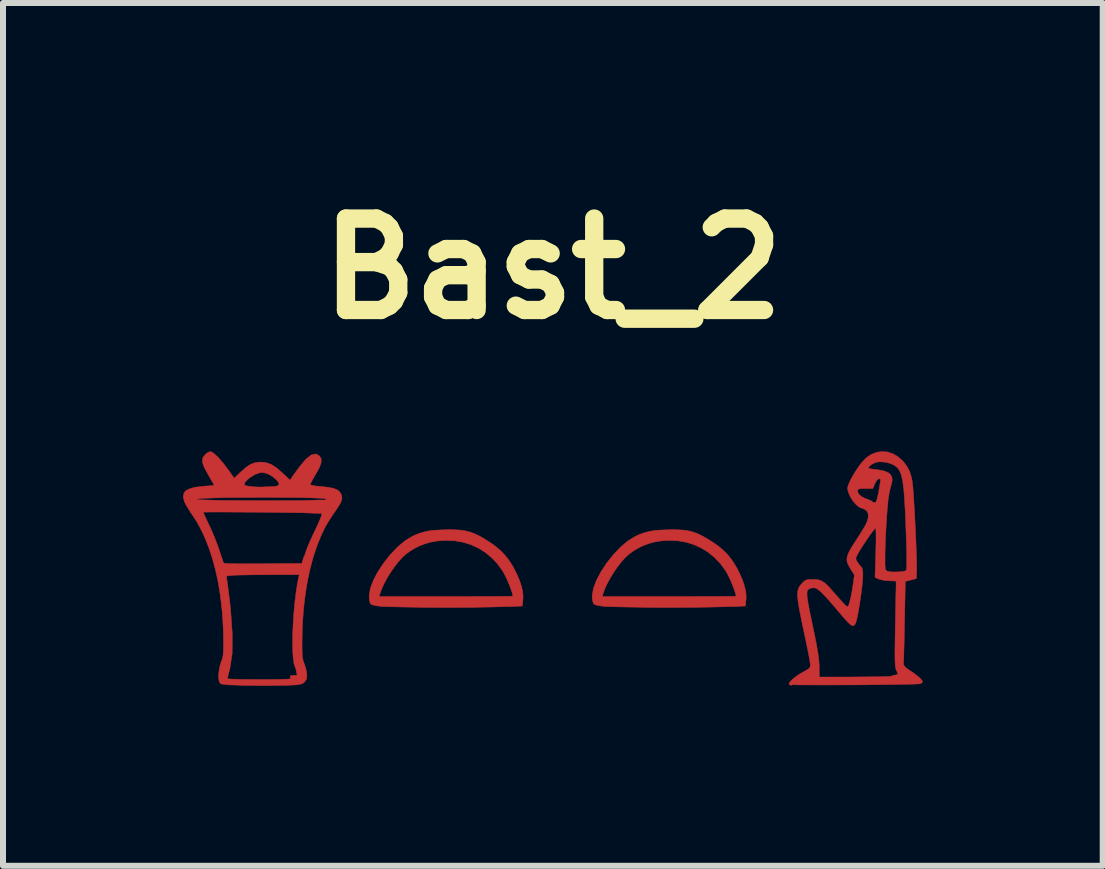
<source format=kicad_pcb>
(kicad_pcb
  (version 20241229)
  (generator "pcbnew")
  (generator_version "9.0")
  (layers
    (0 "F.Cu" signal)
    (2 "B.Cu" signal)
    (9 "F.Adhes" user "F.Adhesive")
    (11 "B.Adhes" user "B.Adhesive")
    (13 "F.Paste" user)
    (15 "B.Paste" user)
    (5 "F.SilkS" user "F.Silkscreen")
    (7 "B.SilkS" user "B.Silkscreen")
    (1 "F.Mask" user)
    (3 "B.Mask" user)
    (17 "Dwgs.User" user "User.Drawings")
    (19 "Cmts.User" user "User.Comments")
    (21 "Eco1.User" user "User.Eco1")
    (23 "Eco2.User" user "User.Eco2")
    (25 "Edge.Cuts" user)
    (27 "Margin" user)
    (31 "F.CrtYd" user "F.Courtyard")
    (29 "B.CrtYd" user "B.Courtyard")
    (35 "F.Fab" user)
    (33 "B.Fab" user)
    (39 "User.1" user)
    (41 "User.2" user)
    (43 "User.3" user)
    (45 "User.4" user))
  (footprint "Bast_2"
    (layer "F.Cu")
    (at 6.163 6.425)
    (property "Reference" "Bast_2" (at 0 -4.998 0) (layer "F.SilkS") (effects (font (size 1.524 1.524) (thickness 0.305))))
    (attr smd)
    (fp_poly (pts (xy -2.83 0.631) (xy -2.896 0.469) (xy -2.757 0.469) (xy -2.617 0.469) (xy -2.478 0.469) (xy -2.338 0.469) (xy -2.199 0.469) (xy -2.059 0.469) (xy -1.92 0.469) (xy -1.78 0.469) (xy -1.556 0.469) (xy -1.347 0.468) (xy -1.158 0.466) (xy -0.992 0.466) (xy -0.856 0.465) (xy -0.753 0.464) (xy -0.687 0.463) (xy -0.665 0.461) (xy -0.665 0.461) (xy -0.665 0.462) (xy -0.669 0.43) (xy -0.683 0.384) (xy -0.703 0.326) (xy -0.727 0.263) (xy -0.755 0.197) (xy -0.785 0.134) (xy -0.814 0.077) (xy -0.841 0.032) (xy -0.925 -0.083) (xy -1.02 -0.183) (xy -1.125 -0.27) (xy -1.239 -0.341) (xy -1.36 -0.397) (xy -1.489 -0.438) (xy -1.625 -0.462) (xy -1.766 -0.47) (xy -1.863 -0.466) (xy -1.956 -0.456) (xy -2.046 -0.438) (xy -2.132 -0.413) (xy -2.216 -0.381) (xy -2.296 -0.342) (xy -2.373 -0.296) (xy -2.448 -0.242) (xy -2.509 -0.187) (xy -2.573 -0.116) (xy -2.637 -0.034) (xy -2.7 0.057) (xy -2.759 0.151) (xy -2.81 0.246) (xy -2.852 0.337) (xy -2.882 0.421) (xy -2.883 0.427) (xy -2.885 0.433) (xy -2.887 0.439) (xy -2.889 0.445) (xy -2.891 0.451) (xy -2.893 0.457) (xy -2.895 0.463) (xy -2.896 0.469) (xy -2.83 0.631) (xy -2.866 0.629) (xy -2.9 0.625) (xy -2.932 0.62) (xy -2.961 0.615) (xy -2.987 0.609) (xy -3.008 0.603) (xy -3.024 0.597) (xy -3.033 0.591) (xy -3.039 0.583) (xy -3.044 0.57) (xy -3.049 0.555) (xy -3.053 0.538) (xy -3.057 0.518) (xy -3.059 0.496) (xy -3.06 0.474) (xy -3.06 0.45) (xy -3.041 0.333) (xy -2.991 0.198) (xy -2.915 0.054) (xy -2.818 -0.092) (xy -2.708 -0.231) (xy -2.588 -0.357) (xy -2.466 -0.46) (xy -2.345 -0.535) (xy -2.28 -0.565) (xy -2.215 -0.589) (xy -2.149 -0.608) (xy -2.079 -0.624) (xy -2.004 -0.635) (xy -1.92 -0.641) (xy -1.826 -0.645) (xy -1.719 -0.647) (xy -1.619 -0.645) (xy -1.531 -0.639) (xy -1.45 -0.626) (xy -1.375 -0.606) (xy -1.3 -0.578) (xy -1.223 -0.541) (xy -1.14 -0.493) (xy -1.048 -0.435) (xy -0.976 -0.385) (xy -0.911 -0.333) (xy -0.853 -0.28) (xy -0.799 -0.223) (xy -0.75 -0.162) (xy -0.704 -0.095) (xy -0.66 -0.023) (xy -0.618 0.058) (xy -0.585 0.13) (xy -0.556 0.198) (xy -0.534 0.263) (xy -0.516 0.324) (xy -0.505 0.382) (xy -0.498 0.438) (xy -0.497 0.49) (xy -0.501 0.54) (xy -0.502 0.551) (xy -0.504 0.561) (xy -0.505 0.572) (xy -0.506 0.583) (xy -0.508 0.593) (xy -0.509 0.604) (xy -0.511 0.614) (xy -0.512 0.625) (xy -0.556 0.626) (xy -0.6 0.627) (xy -0.644 0.629) (xy -0.688 0.631) (xy -0.732 0.632) (xy -0.776 0.633) (xy -0.82 0.635) (xy -0.864 0.636) (xy -1.057 0.641) (xy -1.31 0.645) (xy -1.601 0.647) (xy -1.907 0.647) (xy -2.206 0.645) (xy -2.475 0.641) (xy -2.691 0.636) (xy -2.83 0.63) (xy -2.83 0.63) (xy -2.83 0.63) (xy -2.83 0.631)) (stroke (width 0.009) (type solid)) (fill yes) (layer "F.Cu"))
    (fp_poly (pts (xy 0.888 0.631) (xy 0.822 0.469) (xy 0.961 0.469) (xy 1.101 0.469) (xy 1.24 0.469) (xy 1.38 0.469) (xy 1.519 0.469) (xy 1.658 0.469) (xy 1.798 0.469) (xy 1.937 0.469) (xy 2.162 0.469) (xy 2.371 0.468) (xy 2.56 0.466) (xy 2.726 0.466) (xy 2.862 0.465) (xy 2.965 0.464) (xy 3.031 0.463) (xy 3.053 0.461) (xy 3.053 0.461) (xy 3.053 0.462) (xy 3.049 0.43) (xy 3.035 0.384) (xy 3.015 0.326) (xy 2.991 0.263) (xy 2.963 0.197) (xy 2.933 0.134) (xy 2.904 0.077) (xy 2.877 0.032) (xy 2.793 -0.083) (xy 2.698 -0.183) (xy 2.593 -0.27) (xy 2.479 -0.341) (xy 2.358 -0.397) (xy 2.229 -0.438) (xy 2.093 -0.462) (xy 1.952 -0.47) (xy 1.855 -0.466) (xy 1.762 -0.456) (xy 1.672 -0.438) (xy 1.586 -0.413) (xy 1.502 -0.381) (xy 1.422 -0.342) (xy 1.345 -0.296) (xy 1.27 -0.242) (xy 1.209 -0.187) (xy 1.145 -0.116) (xy 1.081 -0.034) (xy 1.018 0.057) (xy 0.959 0.151) (xy 0.908 0.246) (xy 0.866 0.337) (xy 0.836 0.421) (xy 0.835 0.427) (xy 0.833 0.433) (xy 0.831 0.439) (xy 0.829 0.445) (xy 0.827 0.451) (xy 0.825 0.457) (xy 0.823 0.463) (xy 0.822 0.469) (xy 0.888 0.631) (xy 0.852 0.629) (xy 0.818 0.625) (xy 0.786 0.62) (xy 0.756 0.615) (xy 0.731 0.609) (xy 0.71 0.603) (xy 0.694 0.597) (xy 0.685 0.591) (xy 0.679 0.583) (xy 0.674 0.57) (xy 0.669 0.555) (xy 0.665 0.538) (xy 0.661 0.518) (xy 0.659 0.496) (xy 0.658 0.474) (xy 0.657 0.45) (xy 0.677 0.333) (xy 0.727 0.198) (xy 0.803 0.054) (xy 0.899 -0.092) (xy 1.01 -0.231) (xy 1.13 -0.357) (xy 1.252 -0.46) (xy 1.373 -0.535) (xy 1.438 -0.565) (xy 1.503 -0.589) (xy 1.569 -0.608) (xy 1.638 -0.624) (xy 1.714 -0.635) (xy 1.798 -0.641) (xy 1.892 -0.645) (xy 1.999 -0.647) (xy 2.099 -0.645) (xy 2.187 -0.639) (xy 2.268 -0.626) (xy 2.343 -0.606) (xy 2.418 -0.578) (xy 2.495 -0.541) (xy 2.578 -0.493) (xy 2.67 -0.435) (xy 2.742 -0.385) (xy 2.807 -0.333) (xy 2.865 -0.28) (xy 2.919 -0.223) (xy 2.968 -0.162) (xy 3.014 -0.095) (xy 3.058 -0.023) (xy 3.1 0.058) (xy 3.133 0.13) (xy 3.162 0.198) (xy 3.184 0.263) (xy 3.201 0.324) (xy 3.213 0.382) (xy 3.22 0.438) (xy 3.221 0.49) (xy 3.217 0.54) (xy 3.216 0.551) (xy 3.214 0.561) (xy 3.213 0.572) (xy 3.212 0.583) (xy 3.21 0.593) (xy 3.209 0.604) (xy 3.207 0.614) (xy 3.206 0.625) (xy 3.162 0.626) (xy 3.118 0.627) (xy 3.074 0.629) (xy 3.03 0.631) (xy 2.986 0.632) (xy 2.942 0.633) (xy 2.898 0.635) (xy 2.854 0.636) (xy 2.661 0.641) (xy 2.408 0.645) (xy 2.117 0.647) (xy 1.81 0.647) (xy 1.512 0.645) (xy 1.243 0.641) (xy 1.027 0.636) (xy 0.888 0.63) (xy 0.888 0.63) (xy 0.888 0.63) (xy 0.888 0.631)) (stroke (width 0.009) (type solid)) (fill yes) (layer "F.Cu"))
    (fp_poly (pts (xy 3.986 1.947) (xy 3.975 1.945) (xy 4.434 1.535) (xy 4.438 1.588) (xy 4.44 1.637) (xy 4.44 1.659) (xy 4.44 1.68) (xy 4.44 1.701) (xy 4.441 1.722) (xy 4.441 1.744) (xy 4.441 1.765) (xy 4.442 1.786) (xy 4.442 1.807) (xy 4.512 1.807) (xy 4.582 1.807) (xy 4.652 1.807) (xy 4.722 1.807) (xy 4.792 1.807) (xy 4.862 1.807) (xy 4.932 1.807) (xy 5.002 1.807) (xy 5.117 1.806) (xy 5.227 1.805) (xy 5.33 1.804) (xy 5.424 1.803) (xy 5.506 1.801) (xy 5.572 1.799) (xy 5.621 1.797) (xy 5.65 1.794) (xy 5.65 1.794) (xy 5.65 1.785) (xy 5.668 1.782) (xy 5.685 1.779) (xy 5.7 1.776) (xy 5.714 1.773) (xy 5.727 1.77) (xy 5.736 1.767) (xy 5.743 1.765) (xy 5.747 1.763) (xy 5.748 1.76) (xy 5.748 1.755) (xy 5.746 1.748) (xy 5.744 1.74) (xy 5.741 1.729) (xy 5.736 1.718) (xy 5.731 1.706) (xy 5.725 1.694) (xy 5.716 1.671) (xy 5.709 1.64) (xy 5.705 1.594) (xy 5.702 1.528) (xy 5.701 1.433) (xy 5.702 1.305) (xy 5.704 1.136) (xy 5.708 0.921) (xy 5.71 0.832) (xy 5.711 0.743) (xy 5.713 0.654) (xy 5.715 0.565) (xy 5.716 0.477) (xy 5.718 0.388) (xy 5.72 0.299) (xy 5.721 0.21) (xy 5.706 0.209) (xy 5.69 0.208) (xy 5.675 0.207) (xy 5.659 0.207) (xy 5.643 0.206) (xy 5.628 0.205) (xy 5.612 0.204) (xy 5.596 0.204) (xy 5.57 0.202) (xy 5.544 0.199) (xy 5.518 0.196) (xy 5.493 0.191) (xy 5.47 0.186) (xy 5.45 0.181) (xy 5.433 0.176) (xy 5.42 0.171) (xy 5.414 0.168) (xy 5.407 0.165) (xy 5.401 0.162) (xy 5.394 0.159) (xy 5.388 0.156) (xy 5.382 0.153) (xy 5.375 0.15) (xy 5.369 0.147) (xy 5.37 0.095) (xy 5.372 0.044) (xy 5.374 -0.007) (xy 5.375 -0.059) (xy 5.377 -0.11) (xy 5.378 -0.161) (xy 5.38 -0.213) (xy 5.382 -0.264) (xy 5.384 -0.354) (xy 5.386 -0.434) (xy 5.386 -0.505) (xy 5.386 -0.564) (xy 5.385 -0.611) (xy 5.383 -0.646) (xy 5.381 -0.667) (xy 5.377 -0.674) (xy 5.361 -0.659) (xy 5.328 -0.617) (xy 5.284 -0.557) (xy 5.234 -0.484) (xy 5.183 -0.408) (xy 5.135 -0.334) (xy 5.096 -0.269) (xy 5.069 -0.222) (xy 5.061 -0.205) (xy 5.055 -0.19) (xy 5.052 -0.178) (xy 5.051 -0.166) (xy 5.053 -0.154) (xy 5.057 -0.142) (xy 5.064 -0.128) (xy 5.074 -0.111) (xy 5.081 -0.1) (xy 5.089 -0.088) (xy 5.098 -0.076) (xy 5.106 -0.066) (xy 5.115 -0.055) (xy 5.123 -0.046) (xy 5.131 -0.038) (xy 5.137 -0.032) (xy 5.151 -0.014) (xy 5.16 0.016) (xy 5.166 0.058) (xy 5.167 0.113) (xy 5.164 0.18) (xy 5.157 0.261) (xy 5.146 0.357) (xy 5.131 0.466) (xy 5.114 0.578) (xy 5.099 0.672) (xy 5.086 0.747) (xy 5.074 0.808) (xy 5.063 0.855) (xy 5.053 0.891) (xy 5.043 0.917) (xy 5.032 0.934) (xy 5.019 0.948) (xy 5.003 0.953) (xy 4.983 0.948) (xy 4.957 0.931) (xy 4.923 0.901) (xy 4.881 0.855) (xy 4.827 0.794) (xy 4.76 0.715) (xy 4.669 0.608) (xy 4.594 0.521) (xy 4.531 0.453) (xy 4.479 0.4) (xy 4.437 0.362) (xy 4.402 0.338) (xy 4.373 0.324) (xy 4.348 0.321) (xy 4.337 0.322) (xy 4.325 0.323) (xy 4.312 0.325) (xy 4.3 0.328) (xy 4.289 0.331) (xy 4.278 0.336) (xy 4.268 0.341) (xy 4.26 0.346) (xy 4.246 0.361) (xy 4.238 0.386) (xy 4.235 0.425) (xy 4.24 0.484) (xy 4.253 0.568) (xy 4.274 0.683) (xy 4.305 0.834) (xy 4.345 1.026) (xy 4.369 1.142) (xy 4.389 1.243) (xy 4.405 1.331) (xy 4.418 1.408) (xy 4.427 1.475) (xy 4.434 1.535) (xy 3.975 1.945) (xy 3.966 1.943) (xy 3.957 1.94) (xy 3.95 1.937) (xy 3.944 1.934) (xy 3.939 1.931) (xy 3.936 1.928) (xy 3.935 1.925) (xy 3.94 1.908) (xy 3.954 1.887) (xy 3.976 1.863) (xy 4.004 1.837) (xy 4.039 1.809) (xy 4.078 1.781) (xy 4.12 1.753) (xy 4.165 1.728) (xy 4.207 1.704) (xy 4.238 1.686) (xy 4.261 1.671) (xy 4.276 1.657) (xy 4.285 1.644) (xy 4.289 1.628) (xy 4.29 1.61) (xy 4.289 1.587) (xy 4.286 1.564) (xy 4.28 1.525) (xy 4.271 1.474) (xy 4.259 1.411) (xy 4.245 1.338) (xy 4.228 1.259) (xy 4.211 1.174) (xy 4.192 1.086) (xy 4.144 0.858) (xy 4.109 0.682) (xy 4.087 0.549) (xy 4.077 0.451) (xy 4.08 0.38) (xy 4.095 0.326) (xy 4.121 0.283) (xy 4.159 0.24) (xy 4.177 0.222) (xy 4.194 0.207) (xy 4.21 0.197) (xy 4.226 0.19) (xy 4.245 0.185) (xy 4.267 0.182) (xy 4.295 0.181) (xy 4.329 0.18) (xy 4.377 0.181) (xy 4.419 0.186) (xy 4.457 0.197) (xy 4.493 0.214) (xy 4.529 0.238) (xy 4.566 0.27) (xy 4.607 0.312) (xy 4.653 0.364) (xy 4.715 0.435) (xy 4.767 0.495) (xy 4.811 0.543) (xy 4.847 0.581) (xy 4.875 0.609) (xy 4.896 0.627) (xy 4.91 0.635) (xy 4.918 0.635) (xy 4.926 0.621) (xy 4.936 0.593) (xy 4.947 0.556) (xy 4.959 0.509) (xy 4.971 0.455) (xy 4.982 0.396) (xy 4.993 0.334) (xy 5.003 0.27) (xy 5.006 0.25) (xy 5.009 0.229) (xy 5.012 0.209) (xy 5.015 0.188) (xy 5.017 0.168) (xy 5.02 0.148) (xy 5.023 0.127) (xy 5.026 0.107) (xy 5.018 0.094) (xy 5.011 0.082) (xy 5.003 0.07) (xy 4.995 0.058) (xy 4.987 0.046) (xy 4.98 0.034) (xy 5.342 -1.102) (xy 5.353 -1.1) (xy 5.363 -1.1) (xy 5.374 -1.103) (xy 5.383 -1.11) (xy 5.391 -1.119) (xy 5.396 -1.131) (xy 5.395 -1.127) (xy 5.406 -1.169) (xy 5.418 -1.221) (xy 5.43 -1.28) (xy 5.441 -1.34) (xy 5.45 -1.395) (xy 5.457 -1.442) (xy 5.46 -1.475) (xy 5.459 -1.49) (xy 5.45 -1.496) (xy 5.438 -1.496) (xy 5.426 -1.491) (xy 5.412 -1.482) (xy 5.399 -1.468) (xy 5.386 -1.451) (xy 5.374 -1.43) (xy 5.363 -1.406) (xy 5.359 -1.397) (xy 5.356 -1.388) (xy 5.352 -1.379) (xy 5.348 -1.37) (xy 5.345 -1.361) (xy 5.341 -1.352) (xy 5.338 -1.343) (xy 5.334 -1.334) (xy 5.319 -1.334) (xy 5.304 -1.334) (xy 5.289 -1.334) (xy 5.274 -1.334) (xy 5.259 -1.334) (xy 5.244 -1.334) (xy 5.229 -1.334) (xy 5.214 -1.334) (xy 5.183 -1.334) (xy 5.157 -1.333) (xy 5.135 -1.332) (xy 5.118 -1.33) (xy 5.104 -1.327) (xy 5.094 -1.322) (xy 5.087 -1.316) (xy 5.083 -1.309) (xy 5.08 -1.29) (xy 5.084 -1.27) (xy 5.094 -1.25) (xy 5.11 -1.229) (xy 5.131 -1.21) (xy 5.158 -1.192) (xy 5.188 -1.176) (xy 5.223 -1.163) (xy 5.242 -1.156) (xy 5.259 -1.149) (xy 5.276 -1.142) (xy 5.291 -1.135) (xy 5.304 -1.129) (xy 5.314 -1.123) (xy 5.322 -1.118) (xy 5.326 -1.115) (xy 5.333 -1.107) (xy 5.342 -1.102) (xy 4.98 0.034) (xy 4.972 0.022) (xy 5.59 -1.597) (xy 5.624 -1.569) (xy 5.646 -1.536) (xy 5.655 -1.495) (xy 5.653 -1.448) (xy 5.639 -1.392) (xy 5.633 -1.371) (xy 5.626 -1.346) (xy 5.619 -1.318) (xy 5.612 -1.288) (xy 5.606 -1.257) (xy 5.6 -1.225) (xy 5.595 -1.195) (xy 5.591 -1.166) (xy 5.582 -1.082) (xy 5.572 -0.97) (xy 5.563 -0.839) (xy 5.554 -0.696) (xy 5.547 -0.55) (xy 5.541 -0.409) (xy 5.537 -0.281) (xy 5.536 -0.174) (xy 5.536 -0.111) (xy 5.536 -0.062) (xy 5.538 -0.026) (xy 5.542 0.00016) (xy 5.547 0.018) (xy 5.554 0.03) (xy 5.564 0.038) (xy 5.577 0.044) (xy 5.605 0.051) (xy 5.645 0.056) (xy 5.692 0.057) (xy 5.742 0.056) (xy 5.791 0.053) (xy 5.835 0.048) (xy 5.868 0.041) (xy 5.887 0.032) (xy 5.887 0.032) (xy 5.887 0.032) (xy 5.887 0.032) (xy 5.886 0.034) (xy 5.892 0.021) (xy 5.895 -0.007) (xy 5.898 -0.051) (xy 5.898 -0.115) (xy 5.898 -0.199) (xy 5.896 -0.305) (xy 5.892 -0.435) (xy 5.887 -0.59) (xy 5.876 -0.889) (xy 5.863 -1.128) (xy 5.849 -1.314) (xy 5.831 -1.455) (xy 5.808 -1.558) (xy 5.779 -1.631) (xy 5.743 -1.681) (xy 5.698 -1.716) (xy 5.665 -1.734) (xy 5.628 -1.749) (xy 5.589 -1.761) (xy 5.549 -1.77) (xy 5.509 -1.776) (xy 5.47 -1.778) (xy 5.433 -1.778) (xy 5.399 -1.773) (xy 5.372 -1.765) (xy 5.346 -1.753) (xy 5.32 -1.739) (xy 5.297 -1.724) (xy 5.279 -1.708) (xy 5.266 -1.694) (xy 5.26 -1.681) (xy 5.262 -1.672) (xy 5.267 -1.67) (xy 5.277 -1.667) (xy 5.291 -1.664) (xy 5.308 -1.661) (xy 5.329 -1.658) (xy 5.353 -1.655) (xy 5.378 -1.652) (xy 5.405 -1.649) (xy 5.481 -1.636) (xy 5.542 -1.619) (xy 5.59 -1.597) (xy 4.972 0.022) (xy 4.964 0.01) (xy 4.932 -0.045) (xy 4.91 -0.093) (xy 4.9 -0.139) (xy 4.903 -0.185) (xy 4.918 -0.238) (xy 4.948 -0.3) (xy 4.992 -0.375) (xy 5.052 -0.468) (xy 5.083 -0.516) (xy 5.113 -0.563) (xy 5.141 -0.609) (xy 5.167 -0.651) (xy 5.19 -0.689) (xy 5.209 -0.722) (xy 5.223 -0.748) (xy 5.231 -0.765) (xy 5.248 -0.812) (xy 5.256 -0.855) (xy 5.257 -0.892) (xy 5.25 -0.925) (xy 5.235 -0.953) (xy 5.213 -0.976) (xy 5.182 -0.994) (xy 5.144 -1.007) (xy 5.118 -1.018) (xy 5.089 -1.036) (xy 5.06 -1.061) (xy 5.03 -1.092) (xy 5.002 -1.127) (xy 4.977 -1.165) (xy 4.954 -1.204) (xy 4.936 -1.244) (xy 4.927 -1.27) (xy 4.92 -1.292) (xy 4.915 -1.311) (xy 4.913 -1.328) (xy 4.913 -1.344) (xy 4.916 -1.36) (xy 4.92 -1.378) (xy 4.927 -1.398) (xy 4.942 -1.435) (xy 4.962 -1.477) (xy 4.987 -1.524) (xy 5.016 -1.574) (xy 5.048 -1.625) (xy 5.082 -1.676) (xy 5.116 -1.725) (xy 5.152 -1.771) (xy 5.225 -1.847) (xy 5.307 -1.903) (xy 5.395 -1.937) (xy 5.487 -1.95) (xy 5.579 -1.942) (xy 5.67 -1.912) (xy 5.756 -1.861) (xy 5.835 -1.789) (xy 5.866 -1.752) (xy 5.894 -1.714) (xy 5.917 -1.675) (xy 5.938 -1.634) (xy 5.955 -1.591) (xy 5.97 -1.544) (xy 5.982 -1.494) (xy 5.992 -1.439) (xy 6.002 -1.34) (xy 6.014 -1.168) (xy 6.027 -0.948) (xy 6.04 -0.702) (xy 6.051 -0.456) (xy 6.059 -0.233) (xy 6.064 -0.057) (xy 6.064 0.048) (xy 6.063 0.063) (xy 6.063 0.078) (xy 6.062 0.093) (xy 6.061 0.108) (xy 6.06 0.123) (xy 6.06 0.138) (xy 6.059 0.152) (xy 6.058 0.167) (xy 6.047 0.17) (xy 6.035 0.173) (xy 6.024 0.176) (xy 6.012 0.179) (xy 6.001 0.182) (xy 5.989 0.185) (xy 5.978 0.188) (xy 5.966 0.191) (xy 5.955 0.194) (xy 5.943 0.197) (xy 5.932 0.2) (xy 5.92 0.203) (xy 5.909 0.206) (xy 5.897 0.209) (xy 5.886 0.212) (xy 5.874 0.215) (xy 5.873 0.297) (xy 5.871 0.378) (xy 5.87 0.459) (xy 5.868 0.541) (xy 5.867 0.622) (xy 5.865 0.704) (xy 5.864 0.785) (xy 5.862 0.866) (xy 5.86 0.998) (xy 5.857 1.121) (xy 5.855 1.234) (xy 5.852 1.334) (xy 5.85 1.418) (xy 5.848 1.483) (xy 5.847 1.526) (xy 5.846 1.545) (xy 5.843 1.568) (xy 5.844 1.588) (xy 5.848 1.606) (xy 5.857 1.623) (xy 5.87 1.639) (xy 5.889 1.656) (xy 5.913 1.674) (xy 5.944 1.695) (xy 5.989 1.724) (xy 6.03 1.754) (xy 6.067 1.782) (xy 6.098 1.808) (xy 6.124 1.832) (xy 6.143 1.854) (xy 6.156 1.871) (xy 6.16 1.885) (xy 6.159 1.89) (xy 6.156 1.895) (xy 6.153 1.9) (xy 6.148 1.905) (xy 6.141 1.91) (xy 6.134 1.915) (xy 6.127 1.918) (xy 6.118 1.921) (xy 6.017 1.926) (xy 5.778 1.931) (xy 5.446 1.936) (xy 5.067 1.939) (xy 4.686 1.94) (xy 4.348 1.94) (xy 4.1 1.939) (xy 3.987 1.936) (xy 3.986 1.947)) (stroke (width 0.007) (type solid)) (fill yes) (layer "F.Cu"))
    (fp_poly (pts (xy -5.213 1.944) (xy -5.422 1.832) (xy -5.412 1.836) (xy -5.385 1.84) (xy -5.342 1.842) (xy -5.285 1.844) (xy -5.218 1.846) (xy -5.141 1.847) (xy -5.058 1.848) (xy -4.971 1.848) (xy -4.881 1.849) (xy -4.791 1.849) (xy -4.703 1.848) (xy -4.62 1.847) (xy -4.543 1.846) (xy -4.475 1.844) (xy -4.419 1.842) (xy -4.375 1.838) (xy -4.375 1.838) (xy -4.375 1.838) (xy -4.376 1.787) (xy -4.369 1.786) (xy -4.362 1.785) (xy -4.354 1.784) (xy -4.347 1.784) (xy -4.34 1.783) (xy -4.333 1.782) (xy -4.326 1.782) (xy -4.318 1.781) (xy -4.317 1.781) (xy -4.315 1.78) (xy -4.313 1.78) (xy -4.311 1.78) (xy -4.309 1.78) (xy -4.308 1.78) (xy -4.306 1.78) (xy -4.304 1.779) (xy -4.302 1.779) (xy -4.3 1.779) (xy -4.299 1.779) (xy -4.297 1.779) (xy -4.295 1.778) (xy -4.293 1.778) (xy -4.291 1.778) (xy -4.29 1.778) (xy -4.288 1.778) (xy -4.286 1.777) (xy -4.284 1.777) (xy -4.282 1.777) (xy -4.281 1.777) (xy -4.279 1.777) (xy -4.277 1.776) (xy -4.275 1.776) (xy -4.273 1.776) (xy -4.272 1.776) (xy -4.27 1.776) (xy -4.268 1.775) (xy -4.266 1.775) (xy -4.264 1.775) (xy -4.263 1.775) (xy -4.261 1.775) (xy -4.261 1.774) (xy -4.261 1.773) (xy -4.261 1.773) (xy -4.261 1.772) (xy -4.262 1.771) (xy -4.262 1.77) (xy -4.262 1.77) (xy -4.262 1.769) (xy -4.262 1.768) (xy -4.262 1.768) (xy -4.262 1.767) (xy -4.263 1.766) (xy -4.263 1.765) (xy -4.263 1.765) (xy -4.263 1.764) (xy -4.263 1.763) (xy -4.263 1.763) (xy -4.264 1.762) (xy -4.264 1.761) (xy -4.264 1.76) (xy -4.264 1.76) (xy -4.264 1.759) (xy -4.264 1.758) (xy -4.264 1.758) (xy -4.265 1.757) (xy -4.265 1.756) (xy -4.265 1.755) (xy -4.265 1.755) (xy -4.265 1.754) (xy -4.265 1.753) (xy -4.265 1.753) (xy -4.266 1.752) (xy -4.266 1.751) (xy -4.266 1.751) (xy -4.266 1.75) (xy -4.266 1.749) (xy -4.266 1.748) (xy -4.266 1.748) (xy -4.267 1.747) (xy -4.267 1.746) (xy -4.267 1.746) (xy -4.267 1.745) (xy -4.267 1.744) (xy -4.267 1.743) (xy -4.267 1.743) (xy -4.268 1.742) (xy -4.268 1.741) (xy -4.268 1.741) (xy -4.268 1.74) (xy -4.268 1.739) (xy -4.268 1.738) (xy -4.268 1.738) (xy -4.269 1.737) (xy -4.269 1.736) (xy -4.269 1.736) (xy -4.269 1.735) (xy -4.269 1.734) (xy -4.269 1.733) (xy -4.269 1.733) (xy -4.27 1.732) (xy -4.27 1.731) (xy -4.27 1.731) (xy -4.27 1.73) (xy -4.27 1.729) (xy -4.27 1.728) (xy -4.271 1.727) (xy -4.271 1.726) (xy -4.271 1.725) (xy -4.272 1.723) (xy -4.272 1.721) (xy -4.272 1.719) (xy -4.273 1.717) (xy -4.273 1.715) (xy -4.273 1.713) (xy -4.274 1.711) (xy -4.274 1.709) (xy -4.275 1.707) (xy -4.275 1.705) (xy -4.276 1.703) (xy -4.276 1.701) (xy -4.277 1.699) (xy -4.277 1.697) (xy -4.278 1.695) (xy -4.278 1.693) (xy -4.279 1.691) (xy -4.279 1.689) (xy -4.28 1.687) (xy -4.28 1.685) (xy -4.281 1.683) (xy -4.281 1.681) (xy -4.282 1.679) (xy -4.283 1.677) (xy -4.283 1.675) (xy -4.284 1.673) (xy -4.285 1.671) (xy -4.285 1.669) (xy -4.286 1.667) (xy -4.287 1.665) (xy -4.287 1.663) (xy -4.288 1.661) (xy -4.289 1.659) (xy -4.289 1.657) (xy -4.29 1.655) (xy -4.291 1.653) (xy -4.291 1.651) (xy -4.292 1.649) (xy -4.293 1.647) (xy -4.294 1.645) (xy -4.294 1.643) (xy -4.295 1.641) (xy -4.296 1.639) (xy -4.296 1.637) (xy -4.297 1.635) (xy -4.298 1.633) (xy -4.299 1.631) (xy -4.299 1.629) (xy -4.3 1.627) (xy -4.301 1.625) (xy -4.302 1.623) (xy -4.302 1.621) (xy -4.303 1.619) (xy -4.304 1.617) (xy -4.304 1.615) (xy -4.305 1.613) (xy -4.306 1.611) (xy -4.307 1.609) (xy -4.307 1.607) (xy -4.308 1.605) (xy -4.311 1.594) (xy -4.314 1.582) (xy -4.316 1.569) (xy -4.318 1.556) (xy -4.326 1.494) (xy -4.332 1.421) (xy -4.335 1.34) (xy -4.337 1.25) (xy -4.336 1.154) (xy -4.334 1.053) (xy -4.329 0.948) (xy -4.323 0.841) (xy -4.315 0.734) (xy -4.306 0.626) (xy -4.295 0.521) (xy -4.282 0.419) (xy -4.279 0.395) (xy -4.275 0.37) (xy -4.272 0.346) (xy -4.268 0.323) (xy -4.264 0.299) (xy -4.261 0.276) (xy -4.257 0.254) (xy -4.253 0.232) (xy -4.249 0.21) (xy -4.244 0.189) (xy -4.24 0.169) (xy -4.236 0.149) (xy -4.236 0.148) (xy -4.236 0.147) (xy -4.235 0.147) (xy -4.235 0.146) (xy -4.235 0.145) (xy -4.235 0.144) (xy -4.235 0.144) (xy -4.235 0.143) (xy -4.235 0.142) (xy -4.234 0.142) (xy -4.234 0.141) (xy -4.234 0.14) (xy -4.234 0.14) (xy -4.234 0.139) (xy -4.234 0.138) (xy -4.234 0.137) (xy -4.233 0.137) (xy -4.233 0.136) (xy -4.233 0.135) (xy -4.233 0.135) (xy -4.233 0.134) (xy -4.233 0.133) (xy -4.232 0.132) (xy -4.232 0.132) (xy -4.232 0.131) (xy -4.232 0.13) (xy -4.232 0.13) (xy -4.232 0.129) (xy -4.232 0.128) (xy -4.231 0.127) (xy -4.231 0.127) (xy -4.231 0.126) (xy -4.231 0.125) (xy -4.231 0.125) (xy -4.231 0.124) (xy -4.231 0.123) (xy -4.23 0.122) (xy -4.23 0.122) (xy -4.23 0.121) (xy -4.23 0.12) (xy -4.23 0.12) (xy -4.23 0.119) (xy -4.23 0.118) (xy -4.229 0.117) (xy -4.229 0.117) (xy -4.229 0.116) (xy -4.229 0.115) (xy -4.229 0.115) (xy -4.229 0.114) (xy -4.229 0.113) (xy -4.228 0.113) (xy -4.228 0.112) (xy -4.228 0.111) (xy -4.228 0.11) (xy -4.228 0.11) (xy -4.228 0.109) (xy -4.228 0.108) (xy -4.227 0.108) (xy -4.227 0.107) (xy -4.227 0.106) (xy -4.227 0.105) (xy -4.227 0.105) (xy -4.227 0.104) (xy -4.227 0.103) (xy -4.258 0.103) (xy -4.29 0.103) (xy -4.322 0.103) (xy -4.354 0.103) (xy -4.386 0.103) (xy -4.418 0.103) (xy -4.45 0.103) (xy -4.482 0.103) (xy -4.514 0.103) (xy -4.546 0.103) (xy -4.577 0.103) (xy -4.609 0.103) (xy -4.641 0.103) (xy -4.673 0.103) (xy -4.705 0.103) (xy -4.737 0.103) (xy -4.79 0.104) (xy -4.842 0.104) (xy -4.893 0.104) (xy -4.943 0.104) (xy -4.992 0.105) (xy -5.039 0.105) (xy -5.084 0.106) (xy -5.126 0.107) (xy -5.166 0.107) (xy -5.203 0.108) (xy -5.237 0.109) (xy -5.267 0.11) (xy -5.293 0.111) (xy -5.315 0.112) (xy -5.333 0.113) (xy -5.346 0.114) (xy -5.363 0.116) (xy -5.378 0.117) (xy -5.391 0.118) (xy -5.402 0.119) (xy -5.404 0.119) (xy -5.407 0.119) (xy -5.409 0.12) (xy -5.411 0.12) (xy -5.413 0.121) (xy -5.415 0.121) (xy -5.417 0.122) (xy -5.419 0.122) (xy -5.421 0.122) (xy -5.422 0.123) (xy -5.424 0.124) (xy -5.425 0.124) (xy -5.427 0.125) (xy -5.428 0.126) (xy -5.429 0.126) (xy -5.43 0.127) (xy -5.431 0.128) (xy -5.432 0.129) (xy -5.433 0.129) (xy -5.434 0.13) (xy -5.434 0.131) (xy -5.435 0.131) (xy -5.436 0.132) (xy -5.436 0.133) (xy -5.437 0.134) (xy -5.437 0.135) (xy -5.437 0.136) (xy -5.438 0.137) (xy -5.438 0.138) (xy -5.438 0.139) (xy -5.438 0.14) (xy -5.438 0.141) (xy -5.438 0.142) (xy -5.438 0.143) (xy -5.438 0.144) (xy -5.438 0.145) (xy -5.438 0.146) (xy -5.438 0.147) (xy -5.438 0.149) (xy -5.438 0.151) (xy -5.437 0.153) (xy -5.437 0.155) (xy -5.437 0.157) (xy -5.437 0.159) (xy -5.436 0.161) (xy -5.436 0.163) (xy -5.435 0.165) (xy -5.435 0.167) (xy -5.43 0.2) (xy -5.425 0.232) (xy -5.421 0.265) (xy -5.416 0.297) (xy -5.4 0.422) (xy -5.385 0.544) (xy -5.372 0.66) (xy -5.342 1.081) (xy -5.344 1.418) (xy -5.381 1.662) (xy -5.385 1.678) (xy -5.389 1.693) (xy -5.393 1.708) (xy -5.397 1.722) (xy -5.4 1.736) (xy -5.404 1.75) (xy -5.407 1.762) (xy -5.41 1.775) (xy -5.412 1.786) (xy -5.415 1.796) (xy -5.417 1.806) (xy -5.419 1.815) (xy -5.42 1.821) (xy -5.421 1.826) (xy -5.422 1.83) (xy -5.422 1.832) (xy -5.213 1.944) (xy -5.251 1.943) (xy -5.287 1.942) (xy -5.32 1.941) (xy -5.35 1.94) (xy -5.378 1.939) (xy -5.403 1.938) (xy -5.426 1.936) (xy -5.575 -0.354) (xy -5.567 -0.33) (xy -5.56 -0.308) (xy -5.553 -0.288) (xy -5.547 -0.267) (xy -5.54 -0.248) (xy -5.534 -0.228) (xy -5.532 -0.224) (xy -5.531 -0.22) (xy -5.529 -0.216) (xy -5.528 -0.212) (xy -5.526 -0.208) (xy -5.525 -0.204) (xy -5.524 -0.2) (xy -5.522 -0.196) (xy -5.521 -0.192) (xy -5.519 -0.188) (xy -5.518 -0.184) (xy -5.517 -0.18) (xy -5.515 -0.176) (xy -5.514 -0.172) (xy -5.513 -0.168) (xy -5.511 -0.164) (xy -5.51 -0.16) (xy -5.509 -0.156) (xy -5.508 -0.152) (xy -5.507 -0.148) (xy -5.505 -0.144) (xy -5.504 -0.14) (xy -5.503 -0.136) (xy -5.502 -0.132) (xy -5.501 -0.13) (xy -5.5 -0.128) (xy -5.499 -0.126) (xy -5.498 -0.124) (xy -5.497 -0.122) (xy -5.496 -0.12) (xy -5.496 -0.118) (xy -5.495 -0.116) (xy -5.494 -0.114) (xy -5.493 -0.112) (xy -5.492 -0.11) (xy -5.492 -0.108) (xy -5.491 -0.106) (xy -5.491 -0.105) (xy -5.49 -0.104) (xy -5.489 -0.103) (xy -5.489 -0.102) (xy -5.488 -0.101) (xy -5.488 -0.1) (xy -5.488 -0.099) (xy -5.487 -0.099) (xy -5.487 -0.098) (xy -5.487 -0.097) (xy -5.486 -0.096) (xy -5.486 -0.096) (xy -5.485 -0.095) (xy -5.485 -0.094) (xy -5.484 -0.094) (xy -5.482 -0.093) (xy -5.481 -0.092) (xy -5.479 -0.091) (xy -5.477 -0.091) (xy -5.475 -0.09) (xy -5.473 -0.089) (xy -5.47 -0.089) (xy -5.467 -0.088) (xy -5.464 -0.088) (xy -5.46 -0.087) (xy -5.457 -0.087) (xy -5.453 -0.086) (xy -5.434 -0.084) (xy -5.41 -0.083) (xy -5.381 -0.082) (xy -5.347 -0.081) (xy -5.307 -0.081) (xy -5.26 -0.08) (xy -5.207 -0.08) (xy -5.147 -0.079) (xy -5.08 -0.079) (xy -5.005 -0.08) (xy -4.922 -0.08) (xy -4.831 -0.08) (xy -4.791 -0.081) (xy -4.75 -0.081) (xy -4.71 -0.081) (xy -4.669 -0.082) (xy -4.629 -0.082) (xy -4.589 -0.082) (xy -4.548 -0.083) (xy -4.508 -0.083) (xy -4.467 -0.083) (xy -4.427 -0.083) (xy -4.386 -0.084) (xy -4.346 -0.084) (xy -4.306 -0.084) (xy -4.265 -0.085) (xy -4.225 -0.085) (xy -4.184 -0.085) (xy -4.184 -0.087) (xy -4.183 -0.089) (xy -4.182 -0.091) (xy -4.182 -0.093) (xy -4.181 -0.095) (xy -4.18 -0.097) (xy -4.18 -0.099) (xy -4.179 -0.101) (xy -4.179 -0.103) (xy -4.178 -0.105) (xy -4.177 -0.107) (xy -4.177 -0.109) (xy -4.176 -0.111) (xy -4.175 -0.113) (xy -4.175 -0.115) (xy -4.174 -0.117) (xy -4.173 -0.119) (xy -4.173 -0.121) (xy -4.172 -0.123) (xy -4.171 -0.125) (xy -4.171 -0.127) (xy -4.17 -0.129) (xy -4.169 -0.131) (xy -4.169 -0.133) (xy -4.168 -0.135) (xy -4.168 -0.137) (xy -4.167 -0.139) (xy -4.166 -0.141) (xy -4.166 -0.143) (xy -4.165 -0.145) (xy -4.164 -0.147) (xy -4.164 -0.149) (xy -4.163 -0.151) (xy -4.162 -0.153) (xy -4.162 -0.155) (xy -4.161 -0.157) (xy -4.16 -0.159) (xy -4.16 -0.161) (xy -4.159 -0.163) (xy -4.159 -0.165) (xy -4.158 -0.167) (xy -4.157 -0.169) (xy -4.157 -0.171) (xy -4.156 -0.173) (xy -4.155 -0.175) (xy -4.155 -0.177) (xy -4.154 -0.179) (xy -4.153 -0.181) (xy -4.153 -0.183) (xy -4.152 -0.185) (xy -4.151 -0.187) (xy -4.151 -0.189) (xy -4.15 -0.191) (xy -4.15 -0.193) (xy -4.149 -0.195) (xy -4.148 -0.197) (xy -4.148 -0.199) (xy -4.147 -0.201) (xy -4.146 -0.203) (xy -4.146 -0.205) (xy -4.145 -0.207) (xy -4.144 -0.209) (xy -4.144 -0.211) (xy -4.144 -0.2) (xy -4.141 -0.206) (xy -4.139 -0.212) (xy -4.137 -0.218) (xy -4.135 -0.224) (xy -4.126 -0.25) (xy -4.118 -0.274) (xy -4.11 -0.298) (xy -4.102 -0.321) (xy -4.093 -0.345) (xy -4.083 -0.369) (xy -4.073 -0.394) (xy -4.062 -0.42) (xy -4.049 -0.449) (xy -4.035 -0.48) (xy -4.02 -0.513) (xy -4.003 -0.551) (xy -3.983 -0.592) (xy -3.962 -0.638) (xy -3.938 -0.688) (xy -3.928 -0.71) (xy -3.918 -0.732) (xy -3.908 -0.753) (xy -3.899 -0.773) (xy -3.869 -0.845) (xy -3.852 -0.896) (xy -3.849 -0.918) (xy -4.164 -0.929) (xy -4.843 -0.938) (xy -5.519 -0.942) (xy -5.645 -0.942) (xy -5.742 -0.941) (xy -5.804 -0.94) (xy -5.826 -0.938) (xy -5.826 -0.936) (xy -5.824 -0.932) (xy -5.822 -0.927) (xy -5.818 -0.918) (xy -5.814 -0.908) (xy -5.809 -0.897) (xy -5.803 -0.884) (xy -5.797 -0.87) (xy -5.79 -0.855) (xy -5.782 -0.838) (xy -5.774 -0.821) (xy -5.765 -0.802) (xy -5.756 -0.783) (xy -5.746 -0.762) (xy -5.736 -0.742) (xy -5.726 -0.72) (xy -5.715 -0.698) (xy -5.704 -0.674) (xy -5.693 -0.649) (xy -5.682 -0.623) (xy -5.67 -0.596) (xy -5.659 -0.569) (xy -5.647 -0.541) (xy -5.636 -0.513) (xy -5.625 -0.485) (xy -5.614 -0.457) (xy -5.603 -0.43) (xy -5.593 -0.404) (xy -5.584 -0.378) (xy -5.575 -0.354) (xy -5.426 1.936) (xy -5.447 1.934) (xy -5.466 1.932) (xy -5.482 1.93) (xy -5.497 1.928) (xy -5.509 1.926) (xy -5.519 1.924) (xy -5.528 1.922) (xy -5.534 1.92) (xy -5.539 1.916) (xy -5.547 1.907) (xy -5.554 1.895) (xy -5.559 1.88) (xy -5.564 1.864) (xy -5.567 1.844) (xy -5.569 1.823) (xy -5.57 1.8) (xy -5.57 1.776) (xy -5.568 1.75) (xy -5.566 1.724) (xy -5.562 1.697) (xy -5.558 1.669) (xy -5.552 1.641) (xy -5.545 1.614) (xy -5.537 1.586) (xy -5.528 1.559) (xy -5.526 1.555) (xy -5.525 1.551) (xy -5.523 1.547) (xy -5.522 1.543) (xy -5.52 1.539) (xy -5.519 1.535) (xy -5.517 1.531) (xy -5.516 1.527) (xy -5.514 1.523) (xy -5.513 1.519) (xy -5.512 1.515) (xy -5.51 1.511) (xy -5.509 1.507) (xy -5.508 1.503) (xy -5.507 1.499) (xy -5.506 1.495) (xy -5.505 1.491) (xy -5.504 1.487) (xy -5.503 1.483) (xy -5.502 1.479) (xy -5.501 1.475) (xy -5.5 1.471) (xy -5.5 1.467) (xy -5.499 1.463) (xy -5.498 1.459) (xy -5.497 1.455) (xy -5.497 1.451) (xy -5.496 1.447) (xy -5.494 1.426) (xy -5.492 1.403) (xy -5.491 1.377) (xy -5.49 1.349) (xy -5.489 1.317) (xy -5.489 1.281) (xy -5.489 1.24) (xy -5.489 1.195) (xy -5.49 1.145) (xy -5.493 0.994) (xy -5.501 0.845) (xy -5.512 0.698) (xy -5.528 0.554) (xy -5.547 0.413) (xy -5.57 0.274) (xy -5.576 0.24) (xy -5.582 0.206) (xy -5.589 0.173) (xy -5.596 0.14) (xy -5.603 0.106) (xy -5.882 -1.146) (xy -5.536 -1.136) (xy -4.857 -1.132) (xy -4.178 -1.134) (xy -3.832 -1.144) (xy -3.832 -1.144) (xy -3.832 -1.144) (xy -3.832 -1.138) (xy -3.814 -1.142) (xy -3.795 -1.146) (xy -3.777 -1.15) (xy -3.759 -1.154) (xy -3.772 -1.158) (xy -3.786 -1.162) (xy -3.8 -1.166) (xy -3.814 -1.17) (xy -4.145 -1.182) (xy -4.815 -1.186) (xy -5.494 -1.182) (xy -5.854 -1.17) (xy -5.877 -1.166) (xy -5.9 -1.162) (xy -5.923 -1.158) (xy -5.946 -1.154) (xy -5.93 -1.152) (xy -5.914 -1.15) (xy -5.898 -1.148) (xy -5.882 -1.146) (xy -5.603 0.106) (xy -5.611 0.074) (xy -5.618 0.041) (xy -5.626 0.009) (xy -5.634 -0.023) (xy -5.643 -0.055) (xy -5.651 -0.087) (xy -5.66 -0.118) (xy -5.669 -0.149) (xy -5.678 -0.18) (xy -5.687 -0.21) (xy -5.697 -0.24) (xy -5.737 -0.358) (xy -5.781 -0.47) (xy -5.827 -0.577) (xy -5.877 -0.677) (xy -5.929 -0.772) (xy -5.985 -0.859) (xy -6.016 -0.905) (xy -6.043 -0.947) (xy -6.067 -0.984) (xy -6.088 -1.018) (xy -6.106 -1.049) (xy -6.121 -1.076) (xy -6.133 -1.101) (xy -4.966 -1.567) (xy -5.063 -1.505) (xy -5.131 -1.438) (xy -5.14 -1.39) (xy -5.091 -1.376) (xy -4.997 -1.364) (xy -4.895 -1.358) (xy -4.825 -1.359) (xy -4.802 -1.361) (xy -4.767 -1.363) (xy -4.726 -1.364) (xy -4.682 -1.364) (xy -4.682 -1.366) (xy -4.606 -1.372) (xy -4.567 -1.391) (xy -4.564 -1.423) (xy -4.597 -1.47) (xy -4.663 -1.528) (xy -4.735 -1.571) (xy -4.806 -1.596) (xy -4.871 -1.6) (xy -4.966 -1.567) (xy -6.133 -1.101) (xy -6.143 -1.124) (xy -6.16 -1.198) (xy -6.146 -1.262) (xy -6.112 -1.301) (xy -6.045 -1.333) (xy -5.948 -1.357) (xy -5.822 -1.372) (xy -5.752 -1.377) (xy -5.695 -1.382) (xy -5.657 -1.386) (xy -5.643 -1.388) (xy -5.651 -1.404) (xy -5.673 -1.442) (xy -5.705 -1.498) (xy -5.744 -1.565) (xy -5.812 -1.691) (xy -5.842 -1.78) (xy -5.835 -1.844) (xy -5.793 -1.9) (xy -5.77 -1.919) (xy -5.746 -1.935) (xy -5.723 -1.946) (xy -5.704 -1.95) (xy -5.655 -1.925) (xy -5.581 -1.857) (xy -5.492 -1.755) (xy -5.398 -1.631) (xy -5.376 -1.599) (xy -5.354 -1.568) (xy -5.332 -1.537) (xy -5.31 -1.506) (xy -5.283 -1.531) (xy -5.257 -1.556) (xy -5.231 -1.581) (xy -5.205 -1.606) (xy -5.111 -1.688) (xy -5.032 -1.74) (xy -4.956 -1.766) (xy -4.871 -1.775) (xy -4.779 -1.766) (xy -4.694 -1.736) (xy -4.605 -1.679) (xy -4.502 -1.589) (xy -4.471 -1.56) (xy -4.44 -1.531) (xy -4.41 -1.502) (xy -4.379 -1.473) (xy -4.371 -1.486) (xy -4.363 -1.498) (xy -4.354 -1.51) (xy -4.346 -1.523) (xy -4.326 -1.553) (xy -4.294 -1.597) (xy -4.255 -1.65) (xy -4.214 -1.706) (xy -4.113 -1.825) (xy -4.024 -1.894) (xy -3.949 -1.911) (xy -3.888 -1.877) (xy -3.86 -1.827) (xy -3.861 -1.764) (xy -3.891 -1.681) (xy -3.951 -1.572) (xy -3.987 -1.511) (xy -4.016 -1.459) (xy -4.036 -1.42) (xy -4.044 -1.402) (xy -4.031 -1.393) (xy -3.997 -1.384) (xy -3.945 -1.375) (xy -3.883 -1.369) (xy -3.746 -1.355) (xy -3.652 -1.336) (xy -3.589 -1.31) (xy -3.548 -1.274) (xy -3.519 -1.221) (xy -3.514 -1.165) (xy -3.533 -1.102) (xy -3.578 -1.026) (xy -3.681 -0.875) (xy -3.746 -0.773) (xy -3.759 -0.752) (xy -3.77 -0.733) (xy -3.781 -0.714) (xy -3.791 -0.695) (xy -3.801 -0.676) (xy -3.811 -0.656) (xy -3.821 -0.636) (xy -3.832 -0.614) (xy -3.871 -0.526) (xy -3.909 -0.434) (xy -3.944 -0.338) (xy -3.977 -0.239) (xy -3.985 -0.214) (xy -3.993 -0.188) (xy -4.001 -0.163) (xy -4.008 -0.137) (xy -4.015 -0.11) (xy -4.022 -0.084) (xy -4.029 -0.057) (xy -4.036 -0.03) (xy -4.043 -0.003) (xy -4.049 0.024) (xy -4.056 0.052) (xy -4.062 0.079) (xy -4.068 0.107) (xy -4.074 0.135) (xy -4.08 0.163) (xy -4.085 0.192) (xy -4.091 0.22) (xy -4.096 0.249) (xy -4.101 0.278) (xy -4.106 0.307) (xy -4.124 0.425) (xy -4.14 0.545) (xy -4.153 0.668) (xy -4.163 0.792) (xy -4.171 0.919) (xy -4.176 1.048) (xy -4.178 1.178) (xy -4.179 1.229) (xy -4.179 1.276) (xy -4.179 1.317) (xy -4.178 1.354) (xy -4.178 1.387) (xy -4.177 1.416) (xy -4.175 1.442) (xy -4.174 1.465) (xy -4.173 1.47) (xy -4.173 1.474) (xy -4.172 1.478) (xy -4.171 1.482) (xy -4.171 1.486) (xy -4.17 1.49) (xy -4.169 1.494) (xy -4.169 1.498) (xy -4.168 1.502) (xy -4.167 1.506) (xy -4.166 1.51) (xy -4.165 1.514) (xy -4.164 1.518) (xy -4.164 1.522) (xy -4.163 1.526) (xy -4.162 1.53) (xy -4.16 1.534) (xy -4.159 1.538) (xy -4.158 1.542) (xy -4.157 1.546) (xy -4.156 1.55) (xy -4.155 1.554) (xy -4.153 1.558) (xy -4.152 1.562) (xy -4.151 1.566) (xy -4.149 1.57) (xy -4.148 1.574) (xy -4.146 1.578) (xy -4.145 1.582) (xy -4.143 1.586) (xy -4.142 1.59) (xy -4.14 1.594) (xy -4.136 1.605) (xy -4.132 1.616) (xy -4.129 1.626) (xy -4.126 1.636) (xy -4.123 1.646) (xy -4.12 1.656) (xy -4.117 1.666) (xy -4.115 1.676) (xy -4.112 1.686) (xy -4.11 1.696) (xy -4.108 1.705) (xy -4.106 1.714) (xy -4.105 1.723) (xy -4.103 1.732) (xy -4.102 1.741) (xy -4.101 1.75) (xy -4.1 1.759) (xy -4.1 1.768) (xy -4.099 1.777) (xy -4.099 1.783) (xy -4.099 1.789) (xy -4.099 1.795) (xy -4.099 1.801) (xy -4.1 1.807) (xy -4.1 1.813) (xy -4.101 1.819) (xy -4.102 1.825) (xy -4.104 1.831) (xy -4.105 1.836) (xy -4.107 1.841) (xy -4.108 1.846) (xy -4.11 1.851) (xy -4.113 1.856) (xy -4.115 1.86) (xy -4.118 1.864) (xy -4.12 1.868) (xy -4.123 1.872) (xy -4.126 1.876) (xy -4.13 1.88) (xy -4.133 1.884) (xy -4.137 1.888) (xy -4.141 1.892) (xy -4.145 1.896) (xy -4.149 1.9) (xy -4.154 1.904) (xy -4.158 1.908) (xy -4.163 1.912) (xy -4.168 1.914) (xy -4.174 1.916) (xy -4.179 1.918) (xy -4.185 1.92) (xy -4.191 1.922) (xy -4.197 1.924) (xy -4.203 1.926) (xy -4.209 1.928) (xy -4.216 1.93) (xy -4.223 1.931) (xy -4.23 1.932) (xy -4.237 1.933) (xy -4.244 1.934) (xy -4.252 1.935) (xy -4.259 1.936) (xy -4.267 1.937) (xy -4.275 1.938) (xy -4.31 1.94) (xy -4.351 1.942) (xy -4.398 1.944) (xy -4.45 1.946) (xy -4.507 1.947) (xy -4.567 1.948) (xy -4.629 1.949) (xy -4.695 1.95) (xy -4.761 1.95) (xy -4.829 1.95) (xy -4.897 1.95) (xy -4.964 1.95) (xy -5.03 1.949) (xy -5.094 1.948) (xy -5.155 1.947) (xy -5.213 1.946) (xy -5.213 1.944)) (stroke (width 0.007) (type solid)) (fill yes) (layer "F.Cu")))
  (gr_rect
    (start -3 -3)
    (end 15.327 11.379)
    (stroke (width 0.1) (type default))
    (fill no)
    (layer "Edge.Cuts")))
</source>
